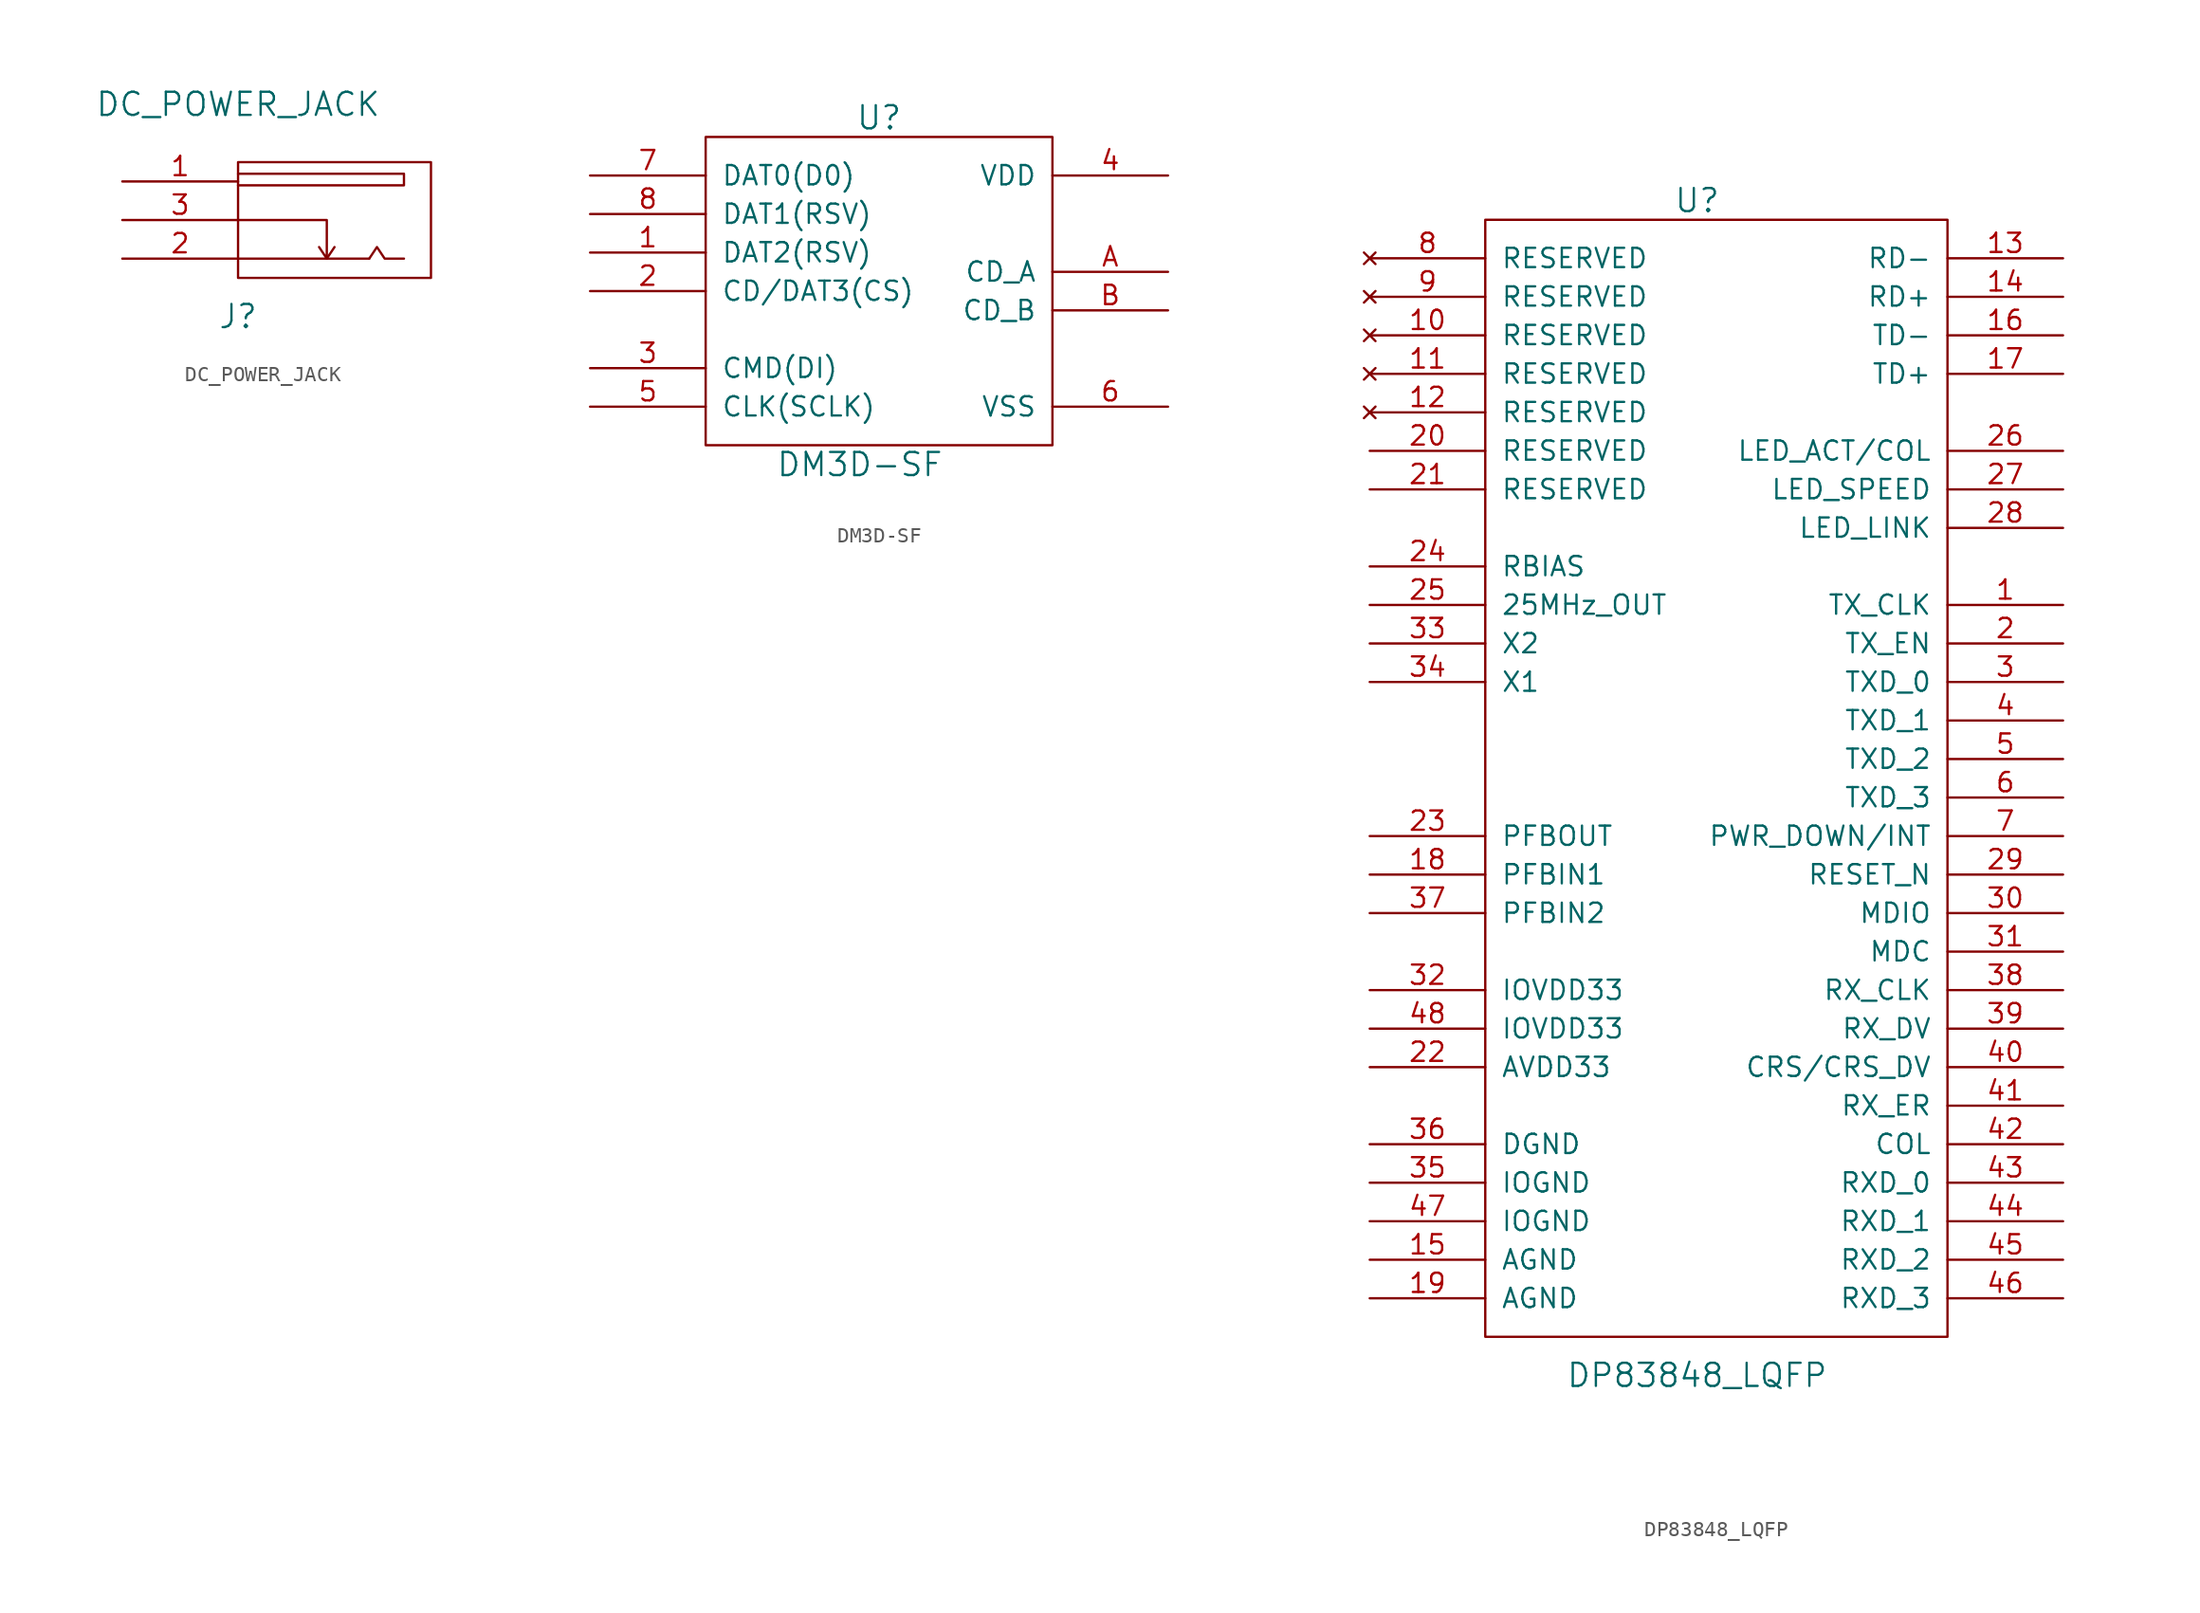
<source format=kicad_sym>
(kicad_symbol_lib
  (version 20231120)
  (generator "kicad_symbol_editor")
  (generator_version "8.0")
  (symbol "DC_POWER_JACK"
    (pin_names
      (offset 1.016))
    (property "Reference" "J"
      (at 0 -6.35 0)
      (effects (font (size 1.524 1.524))))
    (property "Value" "DC_POWER_JACK"
      (at 0 7.62 0)
      (effects (font (size 1.524 1.524))))
    (property "Footprint" ""
      (at 0 0 0)
      (effects (font (size 1.524 1.524))))
    (property "Datasheet" ""
      (at 0 0 0)
      (effects (font (size 1.524 1.524))))
    (symbol "DC_POWER_JACK_0_1"
      (polyline (pts (xy 0 -2.54) (xy 8.636 -2.54) (xy 8.636 -2.54)) (stroke (width 0) (type solid)) (fill (type none)))
      (polyline (pts (xy 5.842 -2.54) (xy 6.35 -1.778) (xy 6.35 -1.778)) (stroke (width 0) (type solid)) (fill (type none)))
      (polyline (pts (xy 8.636 -2.54) (xy 9.144 -1.778) (xy 9.652 -2.54) (xy 10.922 -2.54) (xy 10.922 -2.54)) (stroke (width 0) (type solid)) (fill (type none)))
      (polyline (pts (xy 0 0) (xy 5.842 0) (xy 5.842 -2.54) (xy 5.334 -1.778) (xy 5.334 -1.778) (xy 5.334 -1.778) (xy 5.334 -1.778)) (stroke (width 0) (type solid)) (fill (type none)))
      (polyline (pts (xy 0 3.048) (xy 10.922 3.048) (xy 10.922 2.286) (xy 0 2.286) (xy 0 2.286) (xy 0 2.286) (xy 0 2.286)) (stroke (width 0) (type solid)) (fill (type none)))
      (rectangle (start 0 3.81) (end 12.7 -3.81) (stroke (width 0) (type solid)) (fill (type none))))
    (symbol "DC_POWER_JACK_1_1"
      (pin output line (at -7.62 2.54 0) (length 7.62) (name "~" (effects (font (size 1.27 1.27)))) (number "1" (effects (font (size 1.27 1.27)))))
      (pin output line (at -7.62 -2.54 0) (length 7.62) (name "~" (effects (font (size 1.27 1.27)))) (number "2" (effects (font (size 1.27 1.27)))))
      (pin bidirectional line (at -7.62 0 0) (length 7.62) (name "~" (effects (font (size 1.27 1.27)))) (number "3" (effects (font (size 1.27 1.27)))))))
  (symbol "DM3D-SF"
    (pin_names
      (offset 1.016))
    (property "Reference" "U"
      (at 0 11.43 0)
      (effects (font (size 1.524 1.524))))
    (property "Value" "DM3D-SF"
      (at -1.27 -11.43 0)
      (effects (font (size 1.524 1.524))))
    (property "Footprint" ""
      (at 0 0 0)
      (effects (font (size 1.524 1.524))))
    (property "Datasheet" ""
      (at 0 0 0)
      (effects (font (size 1.524 1.524))))
    (symbol "DM3D-SF_0_1"
      (rectangle (start -11.43 10.16) (end 11.43 -10.16) (stroke (width 0) (type solid)) (fill (type none))))
    (symbol "DM3D-SF_1_1"
      (pin bidirectional line (at -19.05 2.54 0) (length 7.62) (name "DAT2(RSV)" (effects (font (size 1.27 1.27)))) (number "1" (effects (font (size 1.27 1.27)))))
      (pin bidirectional line (at -19.05 0 0) (length 7.62) (name "CD/DAT3(CS)" (effects (font (size 1.27 1.27)))) (number "2" (effects (font (size 1.27 1.27)))))
      (pin input line (at -19.05 -5.08 0) (length 7.62) (name "CMD(DI)" (effects (font (size 1.27 1.27)))) (number "3" (effects (font (size 1.27 1.27)))))
      (pin input line (at 19.05 7.62 180) (length 7.62) (name "VDD" (effects (font (size 1.27 1.27)))) (number "4" (effects (font (size 1.27 1.27)))))
      (pin input line (at -19.05 -7.62 0) (length 7.62) (name "CLK(SCLK)" (effects (font (size 1.27 1.27)))) (number "5" (effects (font (size 1.27 1.27)))))
      (pin input line (at 19.05 -7.62 180) (length 7.62) (name "VSS" (effects (font (size 1.27 1.27)))) (number "6" (effects (font (size 1.27 1.27)))))
      (pin bidirectional line (at -19.05 7.62 0) (length 7.62) (name "DAT0(D0)" (effects (font (size 1.27 1.27)))) (number "7" (effects (font (size 1.27 1.27)))))
      (pin bidirectional line (at -19.05 5.08 0) (length 7.62) (name "DAT1(RSV)" (effects (font (size 1.27 1.27)))) (number "8" (effects (font (size 1.27 1.27)))))
      (pin bidirectional line (at 19.05 1.27 180) (length 7.62) (name "CD_A" (effects (font (size 1.27 1.27)))) (number "A" (effects (font (size 1.27 1.27)))))
      (pin bidirectional line (at 19.05 -1.27 180) (length 7.62) (name "CD_B" (effects (font (size 1.27 1.27)))) (number "B" (effects (font (size 1.27 1.27)))))))
  (symbol "DP83848_LQFP"
    (pin_names
      (offset 1.016))
    (property "Reference" "U"
      (at -1.27 38.1 0)
      (effects (font (size 1.524 1.524))))
    (property "Value" "DP83848_LQFP"
      (at -1.27 -39.37 0)
      (effects (font (size 1.524 1.524))))
    (property "Footprint" ""
      (at 0 0 0)
      (effects (font (size 1.524 1.524))))
    (property "Datasheet" ""
      (at 0 0 0)
      (effects (font (size 1.524 1.524))))
    (symbol "DP83848_LQFP_0_1"
      (rectangle (start -15.24 36.83) (end 15.24 -36.83) (stroke (width 0) (type solid)) (fill (type none))))
    (symbol "DP83848_LQFP_1_1"
      (pin output line (at 22.86 11.43 180) (length 7.62) (name "TX_CLK" (effects (font (size 1.27 1.27)))) (number "1" (effects (font (size 1.27 1.27)))))
      (pin no_connect line (at -22.86 29.21 0) (length 7.62) (name "RESERVED" (effects (font (size 1.27 1.27)))) (number "10" (effects (font (size 1.27 1.27)))))
      (pin no_connect line (at -22.86 26.67 0) (length 7.62) (name "RESERVED" (effects (font (size 1.27 1.27)))) (number "11" (effects (font (size 1.27 1.27)))))
      (pin no_connect line (at -22.86 24.13 0) (length 7.62) (name "RESERVED" (effects (font (size 1.27 1.27)))) (number "12" (effects (font (size 1.27 1.27)))))
      (pin bidirectional line (at 22.86 34.29 180) (length 7.62) (name "RD-" (effects (font (size 1.27 1.27)))) (number "13" (effects (font (size 1.27 1.27)))))
      (pin bidirectional line (at 22.86 31.75 180) (length 7.62) (name "RD+" (effects (font (size 1.27 1.27)))) (number "14" (effects (font (size 1.27 1.27)))))
      (pin power_in line (at -22.86 -31.75 0) (length 7.62) (name "AGND" (effects (font (size 1.27 1.27)))) (number "15" (effects (font (size 1.27 1.27)))))
      (pin bidirectional line (at 22.86 29.21 180) (length 7.62) (name "TD-" (effects (font (size 1.27 1.27)))) (number "16" (effects (font (size 1.27 1.27)))))
      (pin bidirectional line (at 22.86 26.67 180) (length 7.62) (name "TD+" (effects (font (size 1.27 1.27)))) (number "17" (effects (font (size 1.27 1.27)))))
      (pin input line (at -22.86 -6.35 0) (length 7.62) (name "PFBIN1" (effects (font (size 1.27 1.27)))) (number "18" (effects (font (size 1.27 1.27)))))
      (pin power_in line (at -22.86 -34.29 0) (length 7.62) (name "AGND" (effects (font (size 1.27 1.27)))) (number "19" (effects (font (size 1.27 1.27)))))
      (pin input line (at 22.86 8.89 180) (length 7.62) (name "TX_EN" (effects (font (size 1.27 1.27)))) (number "2" (effects (font (size 1.27 1.27)))))
      (pin input line (at -22.86 21.59 0) (length 7.62) (name "RESERVED" (effects (font (size 1.27 1.27)))) (number "20" (effects (font (size 1.27 1.27)))))
      (pin input line (at -22.86 19.05 0) (length 7.62) (name "RESERVED" (effects (font (size 1.27 1.27)))) (number "21" (effects (font (size 1.27 1.27)))))
      (pin power_in line (at -22.86 -19.05 0) (length 7.62) (name "AVDD33" (effects (font (size 1.27 1.27)))) (number "22" (effects (font (size 1.27 1.27)))))
      (pin output line (at -22.86 -3.81 0) (length 7.62) (name "PFBOUT" (effects (font (size 1.27 1.27)))) (number "23" (effects (font (size 1.27 1.27)))))
      (pin input line (at -22.86 13.97 0) (length 7.62) (name "RBIAS" (effects (font (size 1.27 1.27)))) (number "24" (effects (font (size 1.27 1.27)))))
      (pin output line (at -22.86 11.43 0) (length 7.62) (name "25MHz_OUT" (effects (font (size 1.27 1.27)))) (number "25" (effects (font (size 1.27 1.27)))))
      (pin output line (at 22.86 21.59 180) (length 7.62) (name "LED_ACT/COL" (effects (font (size 1.27 1.27)))) (number "26" (effects (font (size 1.27 1.27)))))
      (pin output line (at 22.86 19.05 180) (length 7.62) (name "LED_SPEED" (effects (font (size 1.27 1.27)))) (number "27" (effects (font (size 1.27 1.27)))))
      (pin output line (at 22.86 16.51 180) (length 7.62) (name "LED_LINK" (effects (font (size 1.27 1.27)))) (number "28" (effects (font (size 1.27 1.27)))))
      (pin input line (at 22.86 -6.35 180) (length 7.62) (name "RESET_N" (effects (font (size 1.27 1.27)))) (number "29" (effects (font (size 1.27 1.27)))))
      (pin input line (at 22.86 6.35 180) (length 7.62) (name "TXD_0" (effects (font (size 1.27 1.27)))) (number "3" (effects (font (size 1.27 1.27)))))
      (pin bidirectional line (at 22.86 -8.89 180) (length 7.62) (name "MDIO" (effects (font (size 1.27 1.27)))) (number "30" (effects (font (size 1.27 1.27)))))
      (pin input line (at 22.86 -11.43 180) (length 7.62) (name "MDC" (effects (font (size 1.27 1.27)))) (number "31" (effects (font (size 1.27 1.27)))))
      (pin power_in line (at -22.86 -13.97 0) (length 7.62) (name "IOVDD33" (effects (font (size 1.27 1.27)))) (number "32" (effects (font (size 1.27 1.27)))))
      (pin output line (at -22.86 8.89 0) (length 7.62) (name "X2" (effects (font (size 1.27 1.27)))) (number "33" (effects (font (size 1.27 1.27)))))
      (pin input line (at -22.86 6.35 0) (length 7.62) (name "X1" (effects (font (size 1.27 1.27)))) (number "34" (effects (font (size 1.27 1.27)))))
      (pin power_in line (at -22.86 -26.67 0) (length 7.62) (name "IOGND" (effects (font (size 1.27 1.27)))) (number "35" (effects (font (size 1.27 1.27)))))
      (pin power_in line (at -22.86 -24.13 0) (length 7.62) (name "DGND" (effects (font (size 1.27 1.27)))) (number "36" (effects (font (size 1.27 1.27)))))
      (pin input line (at -22.86 -8.89 0) (length 7.62) (name "PFBIN2" (effects (font (size 1.27 1.27)))) (number "37" (effects (font (size 1.27 1.27)))))
      (pin output line (at 22.86 -13.97 180) (length 7.62) (name "RX_CLK" (effects (font (size 1.27 1.27)))) (number "38" (effects (font (size 1.27 1.27)))))
      (pin output line (at 22.86 -16.51 180) (length 7.62) (name "RX_DV" (effects (font (size 1.27 1.27)))) (number "39" (effects (font (size 1.27 1.27)))))
      (pin input line (at 22.86 3.81 180) (length 7.62) (name "TXD_1" (effects (font (size 1.27 1.27)))) (number "4" (effects (font (size 1.27 1.27)))))
      (pin output line (at 22.86 -19.05 180) (length 7.62) (name "CRS/CRS_DV" (effects (font (size 1.27 1.27)))) (number "40" (effects (font (size 1.27 1.27)))))
      (pin output line (at 22.86 -21.59 180) (length 7.62) (name "RX_ER" (effects (font (size 1.27 1.27)))) (number "41" (effects (font (size 1.27 1.27)))))
      (pin output line (at 22.86 -24.13 180) (length 7.62) (name "COL" (effects (font (size 1.27 1.27)))) (number "42" (effects (font (size 1.27 1.27)))))
      (pin output line (at 22.86 -26.67 180) (length 7.62) (name "RXD_0" (effects (font (size 1.27 1.27)))) (number "43" (effects (font (size 1.27 1.27)))))
      (pin output line (at 22.86 -29.21 180) (length 7.62) (name "RXD_1" (effects (font (size 1.27 1.27)))) (number "44" (effects (font (size 1.27 1.27)))))
      (pin output line (at 22.86 -31.75 180) (length 7.62) (name "RXD_2" (effects (font (size 1.27 1.27)))) (number "45" (effects (font (size 1.27 1.27)))))
      (pin output line (at 22.86 -34.29 180) (length 7.62) (name "RXD_3" (effects (font (size 1.27 1.27)))) (number "46" (effects (font (size 1.27 1.27)))))
      (pin power_in line (at -22.86 -29.21 0) (length 7.62) (name "IOGND" (effects (font (size 1.27 1.27)))) (number "47" (effects (font (size 1.27 1.27)))))
      (pin power_in line (at -22.86 -16.51 0) (length 7.62) (name "IOVDD33" (effects (font (size 1.27 1.27)))) (number "48" (effects (font (size 1.27 1.27)))))
      (pin input line (at 22.86 1.27 180) (length 7.62) (name "TXD_2" (effects (font (size 1.27 1.27)))) (number "5" (effects (font (size 1.27 1.27)))))
      (pin input line (at 22.86 -1.27 180) (length 7.62) (name "TXD_3" (effects (font (size 1.27 1.27)))) (number "6" (effects (font (size 1.27 1.27)))))
      (pin input line (at 22.86 -3.81 180) (length 7.62) (name "PWR_DOWN/INT" (effects (font (size 1.27 1.27)))) (number "7" (effects (font (size 1.27 1.27)))))
      (pin no_connect line (at -22.86 34.29 0) (length 7.62) (name "RESERVED" (effects (font (size 1.27 1.27)))) (number "8" (effects (font (size 1.27 1.27)))))
      (pin no_connect line (at -22.86 31.75 0) (length 7.62) (name "RESERVED" (effects (font (size 1.27 1.27)))) (number "9" (effects (font (size 1.27 1.27))))))))
</source>
